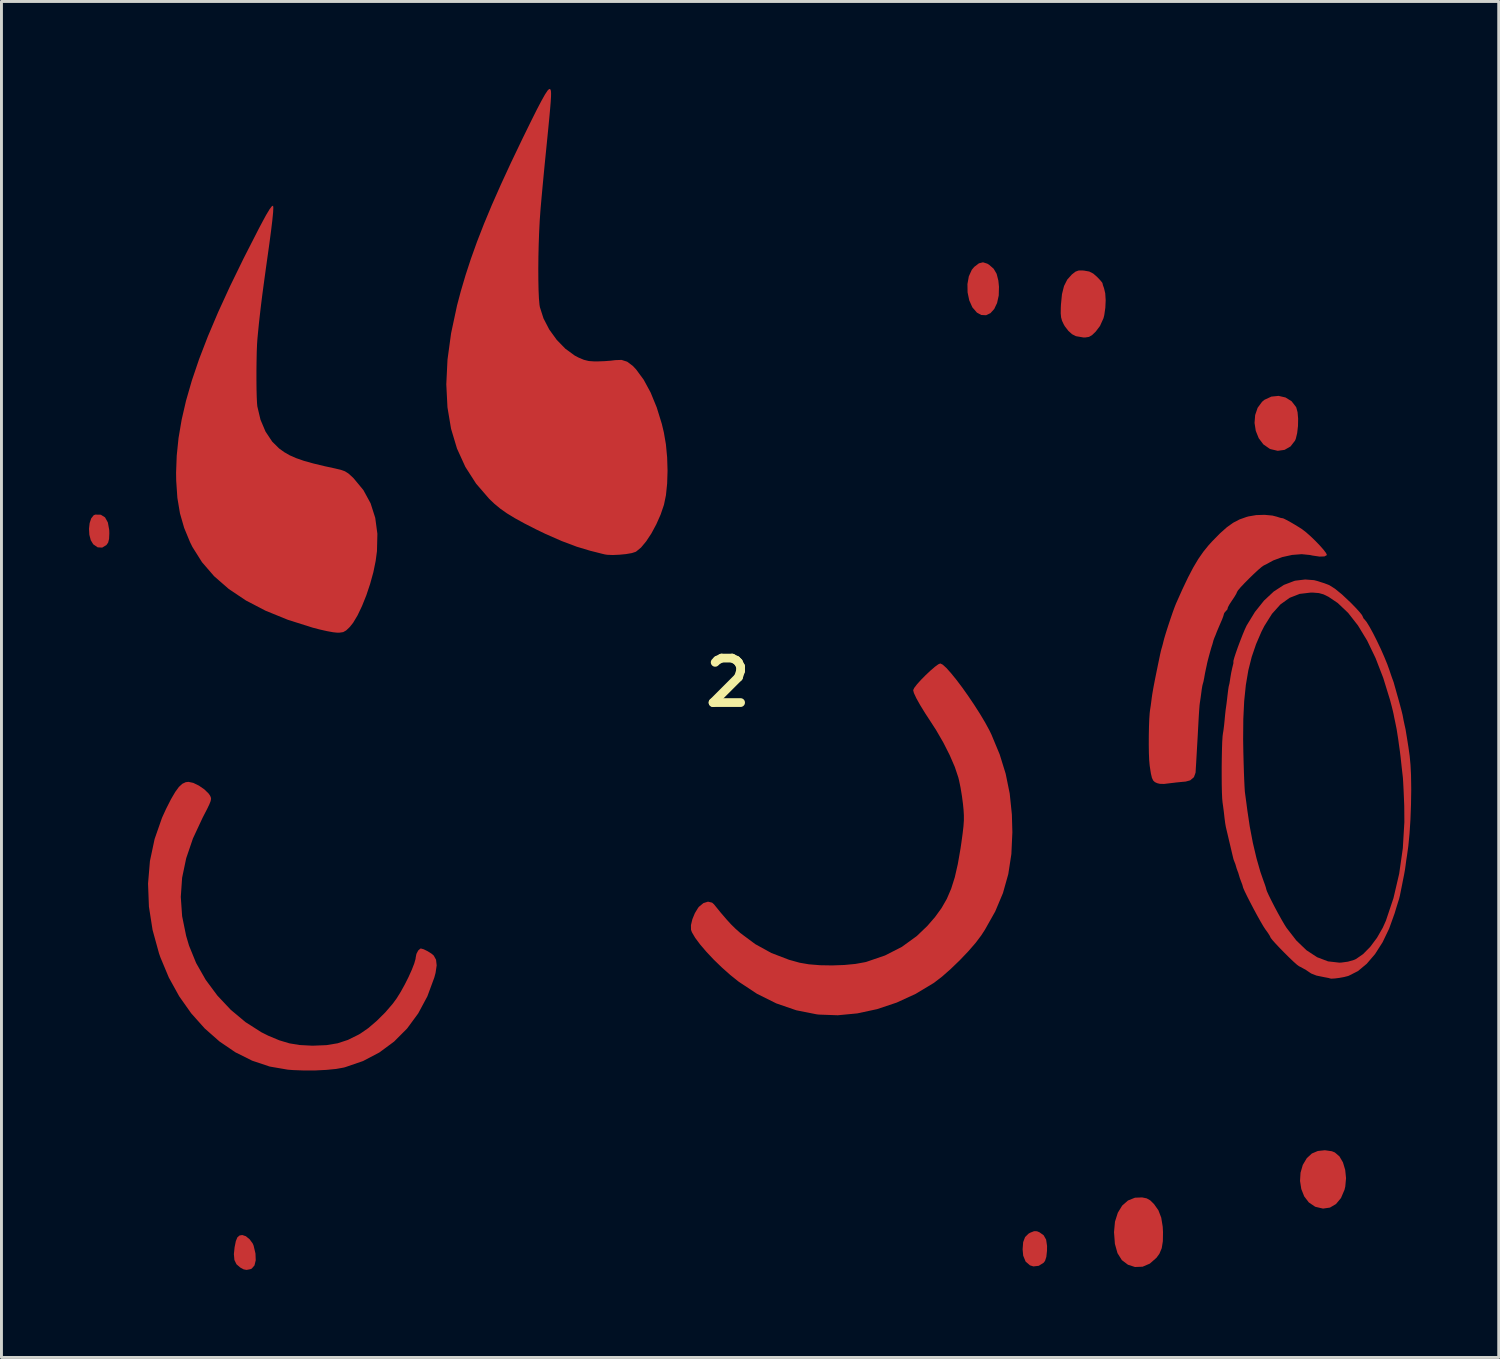
<source format=kicad_pcb>
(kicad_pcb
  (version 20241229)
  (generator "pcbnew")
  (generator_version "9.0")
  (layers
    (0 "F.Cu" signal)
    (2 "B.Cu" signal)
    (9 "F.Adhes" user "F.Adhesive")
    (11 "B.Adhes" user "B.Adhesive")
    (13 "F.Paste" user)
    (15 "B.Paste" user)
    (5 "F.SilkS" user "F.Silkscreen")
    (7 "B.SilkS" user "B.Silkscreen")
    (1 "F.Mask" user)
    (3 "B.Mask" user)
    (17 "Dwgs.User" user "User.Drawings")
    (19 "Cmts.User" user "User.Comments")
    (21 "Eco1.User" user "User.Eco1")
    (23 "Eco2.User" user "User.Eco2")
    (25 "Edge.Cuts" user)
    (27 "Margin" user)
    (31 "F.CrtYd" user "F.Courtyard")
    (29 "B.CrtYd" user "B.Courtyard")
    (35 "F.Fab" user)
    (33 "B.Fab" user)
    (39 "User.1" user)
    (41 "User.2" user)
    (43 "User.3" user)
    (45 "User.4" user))
  (footprint "2"
    (layer "F.Cu")
    (at 21.897 20.34)
    (property "Reference" "2" (at 0 0 0) (layer "F.SilkS") (effects (font (size 1.524 1.524) (thickness 0.3))))
    (attr board_only exclude_from_pos_files exclude_from_bom)
    (fp_poly (pts (xy -21.492 -5.749) (xy -21.347 -5.658) (xy -21.25 -5.483) (xy -21.204 -5.229) (xy -21.2 -5.113) (xy -21.209 -4.92) (xy -21.24 -4.795) (xy -21.3 -4.709) (xy -21.445 -4.622) (xy -21.6 -4.631) (xy -21.751 -4.735) (xy -21.752 -4.736) (xy -21.837 -4.878) (xy -21.885 -5.063) (xy -21.897 -5.266) (xy -21.875 -5.461) (xy -21.821 -5.624) (xy -21.737 -5.73) (xy -21.682 -5.753)) (stroke (width 0) (type solid)) (fill yes) (layer "F.Cu"))
    (fp_poly (pts (xy -16.52 18.979) (xy -16.391 19.085) (xy -16.287 19.227) (xy -16.255 19.301) (xy -16.191 19.571) (xy -16.182 19.802) (xy -16.225 19.98) (xy -16.319 20.089) (xy -16.369 20.11) (xy -16.496 20.134) (xy -16.595 20.116) (xy -16.711 20.053) (xy -16.842 19.941) (xy -16.913 19.794) (xy -16.931 19.592) (xy -16.907 19.359) (xy -16.864 19.146) (xy -16.811 19.017) (xy -16.735 18.953) (xy -16.644 18.938)) (stroke (width 0) (type solid)) (fill yes) (layer "F.Cu"))
    (fp_poly (pts (xy 10.593 18.809) (xy 10.679 18.844) (xy 10.822 18.946) (xy 10.907 19.097) (xy 10.939 19.313) (xy 10.937 19.477) (xy 10.914 19.688) (xy 10.87 19.824) (xy 10.823 19.887) (xy 10.655 19.993) (xy 10.471 20.014) (xy 10.351 19.976) (xy 10.204 19.848) (xy 10.121 19.646) (xy 10.101 19.429) (xy 10.12 19.181) (xy 10.186 19.007) (xy 10.307 18.889) (xy 10.367 18.856) (xy 10.495 18.806)) (stroke (width 0) (type solid)) (fill yes) (layer "F.Cu"))
    (fp_poly (pts (xy 8.892 -14.353) (xy 8.954 -14.315) (xy 9.109 -14.179) (xy 9.211 -14.005) (xy 9.27 -13.772) (xy 9.291 -13.562) (xy 9.283 -13.263) (xy 9.226 -13.006) (xy 9.129 -12.801) (xy 9 -12.658) (xy 8.849 -12.586) (xy 8.682 -12.595) (xy 8.535 -12.676) (xy 8.379 -12.856) (xy 8.272 -13.096) (xy 8.215 -13.37) (xy 8.21 -13.653) (xy 8.258 -13.92) (xy 8.36 -14.144) (xy 8.443 -14.243) (xy 8.603 -14.365) (xy 8.744 -14.4)) (stroke (width 0) (type solid)) (fill yes) (layer "F.Cu"))
    (fp_poly (pts (xy 20.698 16.066) (xy 20.802 16.108) (xy 20.959 16.242) (xy 21.08 16.448) (xy 21.157 16.705) (xy 21.186 16.988) (xy 21.16 17.276) (xy 21.133 17.389) (xy 21.012 17.671) (xy 20.842 17.876) (xy 20.634 17.998) (xy 20.396 18.032) (xy 20.14 17.972) (xy 20.123 17.965) (xy 19.91 17.821) (xy 19.752 17.614) (xy 19.652 17.361) (xy 19.609 17.084) (xy 19.626 16.803) (xy 19.703 16.536) (xy 19.841 16.304) (xy 20.015 16.144) (xy 20.218 16.058) (xy 20.46 16.032)) (stroke (width 0) (type solid)) (fill yes) (layer "F.Cu"))
    (fp_poly (pts (xy 19.112 -9.767) (xy 19.319 -9.639) (xy 19.471 -9.443) (xy 19.481 -9.424) (xy 19.525 -9.261) (xy 19.544 -9.038) (xy 19.539 -8.788) (xy 19.511 -8.546) (xy 19.463 -8.348) (xy 19.436 -8.286) (xy 19.283 -8.089) (xy 19.079 -7.972) (xy 18.844 -7.939) (xy 18.594 -7.998) (xy 18.566 -8.011) (xy 18.351 -8.161) (xy 18.193 -8.372) (xy 18.092 -8.624) (xy 18.05 -8.895) (xy 18.071 -9.165) (xy 18.156 -9.414) (xy 18.308 -9.62) (xy 18.392 -9.689) (xy 18.626 -9.797) (xy 18.874 -9.822)) (stroke (width 0) (type solid)) (fill yes) (layer "F.Cu"))
    (fp_poly (pts (xy 14.353 17.681) (xy 14.475 17.75) (xy 14.606 17.879) (xy 14.756 18.092) (xy 14.852 18.342) (xy 14.903 18.652) (xy 14.913 18.837) (xy 14.908 19.15) (xy 14.869 19.39) (xy 14.789 19.581) (xy 14.69 19.717) (xy 14.461 19.918) (xy 14.213 20.024) (xy 13.953 20.034) (xy 13.711 19.956) (xy 13.502 19.798) (xy 13.353 19.56) (xy 13.264 19.241) (xy 13.234 18.842) (xy 13.234 18.837) (xy 13.267 18.48) (xy 13.364 18.174) (xy 13.514 17.929) (xy 13.712 17.755) (xy 13.951 17.659) (xy 14.196 17.649)) (stroke (width 0) (type solid)) (fill yes) (layer "F.Cu"))
    (fp_poly (pts (xy 12.211 -14.115) (xy 12.385 -14.084) (xy 12.522 -14.014) (xy 12.651 -13.902) (xy 12.757 -13.791) (xy 12.825 -13.709) (xy 12.839 -13.682) (xy 12.853 -13.619) (xy 12.892 -13.511) (xy 12.933 -13.336) (xy 12.948 -13.1) (xy 12.936 -12.84) (xy 12.9 -12.59) (xy 12.873 -12.484) (xy 12.753 -12.218) (xy 12.606 -12.024) (xy 12.481 -11.904) (xy 12.377 -11.844) (xy 12.252 -11.824) (xy 12.19 -11.823) (xy 11.929 -11.868) (xy 11.795 -11.936) (xy 11.667 -12.052) (xy 11.546 -12.21) (xy 11.509 -12.275) (xy 11.452 -12.396) (xy 11.42 -12.512) (xy 11.407 -12.651) (xy 11.41 -12.846) (xy 11.415 -12.95) (xy 11.45 -13.308) (xy 11.52 -13.587) (xy 11.631 -13.807) (xy 11.788 -13.982) (xy 11.91 -14.078) (xy 12.017 -14.119) (xy 12.158 -14.12)) (stroke (width 0) (type solid)) (fill yes) (layer "F.Cu"))
    (fp_poly (pts (xy -15.579 -16.273) (xy -15.587 -16.107) (xy -15.613 -15.843) (xy -15.657 -15.48) (xy -15.718 -15.019) (xy -15.767 -14.67) (xy -15.843 -14.128) (xy -15.906 -13.667) (xy -15.959 -13.271) (xy -16.003 -12.922) (xy -16.04 -12.601) (xy -16.074 -12.293) (xy -16.105 -11.98) (xy -16.125 -11.769) (xy -16.138 -11.576) (xy -16.148 -11.317) (xy -16.154 -11.014) (xy -16.158 -10.689) (xy -16.158 -10.361) (xy -16.155 -10.053) (xy -16.148 -9.785) (xy -16.138 -9.578) (xy -16.128 -9.465) (xy -16.019 -9.005) (xy -15.846 -8.597) (xy -15.616 -8.252) (xy -15.381 -8.02) (xy -15.208 -7.895) (xy -15.019 -7.786) (xy -14.799 -7.689) (xy -14.535 -7.597) (xy -14.21 -7.506) (xy -13.811 -7.41) (xy -13.479 -7.338) (xy -13.271 -7.289) (xy -13.126 -7.238) (xy -13.008 -7.164) (xy -12.881 -7.05) (xy -12.826 -6.996) (xy -12.493 -6.594) (xy -12.246 -6.141) (xy -12.086 -5.641) (xy -12.013 -5.094) (xy -12.027 -4.503) (xy -12.072 -4.164) (xy -12.151 -3.778) (xy -12.261 -3.38) (xy -12.392 -2.987) (xy -12.539 -2.621) (xy -12.692 -2.3) (xy -12.845 -2.044) (xy -12.96 -1.9) (xy -13.083 -1.783) (xy -13.186 -1.725) (xy -13.312 -1.707) (xy -13.387 -1.706) (xy -13.53 -1.721) (xy -13.739 -1.759) (xy -13.987 -1.815) (xy -14.226 -1.877) (xy -15.082 -2.148) (xy -15.846 -2.459) (xy -16.521 -2.811) (xy -17.108 -3.205) (xy -17.608 -3.641) (xy -18.023 -4.121) (xy -18.353 -4.645) (xy -18.432 -4.805) (xy -18.635 -5.296) (xy -18.779 -5.796) (xy -18.868 -6.327) (xy -18.908 -6.915) (xy -18.912 -7.189) (xy -18.89 -7.774) (xy -18.828 -8.377) (xy -18.722 -9.002) (xy -18.571 -9.657) (xy -18.372 -10.347) (xy -18.124 -11.079) (xy -17.824 -11.858) (xy -17.471 -12.69) (xy -17.062 -13.582) (xy -16.595 -14.54) (xy -16.069 -15.569) (xy -15.988 -15.722) (xy -15.83 -16.015) (xy -15.71 -16.215) (xy -15.629 -16.323) (xy -15.588 -16.34)) (stroke (width 0) (type solid)) (fill yes) (layer "F.Cu"))
    (fp_poly (pts (xy -18.322 3.442) (xy -18.131 3.535) (xy -17.945 3.663) (xy -17.798 3.806) (xy -17.75 3.875) (xy -17.723 3.931) (xy -17.713 3.989) (xy -17.728 4.065) (xy -17.771 4.175) (xy -17.848 4.336) (xy -17.966 4.564) (xy -18.008 4.647) (xy -18.335 5.348) (xy -18.566 6.027) (xy -18.705 6.692) (xy -18.751 7.35) (xy -18.705 8.011) (xy -18.568 8.682) (xy -18.469 9.018) (xy -18.225 9.616) (xy -17.897 10.192) (xy -17.498 10.73) (xy -17.039 11.218) (xy -16.533 11.641) (xy -15.993 11.986) (xy -15.75 12.108) (xy -15.373 12.265) (xy -15.031 12.368) (xy -14.681 12.426) (xy -14.284 12.447) (xy -14.2 12.448) (xy -13.758 12.43) (xy -13.377 12.367) (xy -13.023 12.251) (xy -12.663 12.073) (xy -12.602 12.038) (xy -12.328 11.849) (xy -12.034 11.598) (xy -11.745 11.311) (xy -11.489 11.014) (xy -11.352 10.827) (xy -11.214 10.605) (xy -11.075 10.354) (xy -10.944 10.094) (xy -10.833 9.847) (xy -10.75 9.634) (xy -10.705 9.476) (xy -10.7 9.429) (xy -10.675 9.303) (xy -10.615 9.188) (xy -10.541 9.122) (xy -10.52 9.118) (xy -10.424 9.145) (xy -10.291 9.211) (xy -10.161 9.292) (xy -10.082 9.359) (xy -10.002 9.504) (xy -9.981 9.698) (xy -10.019 9.954) (xy -10.062 10.114) (xy -10.3 10.758) (xy -10.613 11.341) (xy -10.994 11.86) (xy -11.44 12.308) (xy -11.946 12.682) (xy -12.506 12.976) (xy -13.115 13.185) (xy -13.172 13.2) (xy -13.429 13.246) (xy -13.757 13.278) (xy -14.13 13.297) (xy -14.52 13.299) (xy -14.899 13.285) (xy -15.082 13.271) (xy -15.703 13.164) (xy -16.304 12.963) (xy -16.88 12.675) (xy -17.425 12.304) (xy -17.932 11.857) (xy -18.394 11.339) (xy -18.805 10.757) (xy -19.16 10.115) (xy -19.45 9.421) (xy -19.497 9.286) (xy -19.718 8.482) (xy -19.843 7.683) (xy -19.873 6.893) (xy -19.808 6.119) (xy -19.648 5.365) (xy -19.394 4.637) (xy -19.254 4.331) (xy -19.086 4) (xy -18.942 3.754) (xy -18.816 3.581) (xy -18.699 3.473) (xy -18.582 3.418) (xy -18.485 3.407)) (stroke (width 0) (type solid)) (fill yes) (layer "F.Cu"))
    (fp_poly (pts (xy -6.095 -20.335) (xy -6.077 -20.315) (xy -6.065 -20.271) (xy -6.06 -20.194) (xy -6.062 -20.075) (xy -6.072 -19.905) (xy -6.091 -19.676) (xy -6.118 -19.379) (xy -6.154 -19.004) (xy -6.2 -18.543) (xy -6.228 -18.261) (xy -6.269 -17.856) (xy -6.311 -17.422) (xy -6.352 -16.988) (xy -6.389 -16.586) (xy -6.419 -16.247) (xy -6.424 -16.182) (xy -6.449 -15.829) (xy -6.469 -15.437) (xy -6.484 -15.021) (xy -6.494 -14.598) (xy -6.498 -14.183) (xy -6.496 -13.795) (xy -6.489 -13.448) (xy -6.476 -13.159) (xy -6.457 -12.945) (xy -6.444 -12.865) (xy -6.32 -12.478) (xy -6.122 -12.096) (xy -5.866 -11.742) (xy -5.569 -11.437) (xy -5.247 -11.202) (xy -5.119 -11.135) (xy -4.935 -11.058) (xy -4.77 -11.017) (xy -4.577 -11.003) (xy -4.45 -11.004) (xy -4.23 -11.012) (xy -4.017 -11.028) (xy -3.861 -11.047) (xy -3.643 -11.055) (xy -3.451 -10.993) (xy -3.262 -10.852) (xy -3.147 -10.731) (xy -2.886 -10.376) (xy -2.648 -9.937) (xy -2.439 -9.427) (xy -2.264 -8.86) (xy -2.194 -8.567) (xy -2.124 -8.16) (xy -2.082 -7.714) (xy -2.068 -7.257) (xy -2.082 -6.815) (xy -2.123 -6.416) (xy -2.191 -6.089) (xy -2.306 -5.752) (xy -2.454 -5.419) (xy -2.622 -5.107) (xy -2.801 -4.836) (xy -2.978 -4.623) (xy -3.144 -4.487) (xy -3.162 -4.477) (xy -3.293 -4.434) (xy -3.49 -4.4) (xy -3.719 -4.378) (xy -3.947 -4.368) (xy -4.139 -4.376) (xy -4.225 -4.39) (xy -4.32 -4.413) (xy -4.48 -4.454) (xy -4.675 -4.503) (xy -4.716 -4.513) (xy -5.178 -4.652) (xy -5.699 -4.848) (xy -6.26 -5.095) (xy -6.575 -5.247) (xy -6.98 -5.454) (xy -7.309 -5.635) (xy -7.579 -5.8) (xy -7.806 -5.961) (xy -8.007 -6.128) (xy -8.179 -6.292) (xy -8.63 -6.814) (xy -8.998 -7.388) (xy -9.284 -8.015) (xy -9.488 -8.695) (xy -9.611 -9.429) (xy -9.651 -10.219) (xy -9.61 -11.064) (xy -9.487 -11.966) (xy -9.282 -12.925) (xy -9.156 -13.401) (xy -8.991 -13.96) (xy -8.806 -14.525) (xy -8.597 -15.108) (xy -8.359 -15.719) (xy -8.089 -16.367) (xy -7.781 -17.063) (xy -7.433 -17.817) (xy -7.039 -18.64) (xy -6.74 -19.25) (xy -6.546 -19.638) (xy -6.389 -19.937) (xy -6.269 -20.151) (xy -6.182 -20.284) (xy -6.128 -20.338) (xy -6.12 -20.34)) (stroke (width 0) (type solid)) (fill yes) (layer "F.Cu"))
    (fp_poly (pts (xy 7.364 -0.61) (xy 7.49 -0.495) (xy 7.649 -0.317) (xy 7.833 -0.09) (xy 8.033 0.175) (xy 8.239 0.466) (xy 8.444 0.77) (xy 8.639 1.075) (xy 8.815 1.37) (xy 8.963 1.642) (xy 9.033 1.787) (xy 9.315 2.465) (xy 9.521 3.13) (xy 9.659 3.808) (xy 9.733 4.524) (xy 9.75 5.132) (xy 9.716 5.879) (xy 9.61 6.568) (xy 9.427 7.219) (xy 9.162 7.849) (xy 8.808 8.477) (xy 8.685 8.667) (xy 8.491 8.925) (xy 8.237 9.217) (xy 7.946 9.522) (xy 7.64 9.817) (xy 7.342 10.08) (xy 7.073 10.287) (xy 7.05 10.303) (xy 6.437 10.672) (xy 5.787 10.971) (xy 5.115 11.196) (xy 4.436 11.342) (xy 3.766 11.406) (xy 3.12 11.383) (xy 3.042 11.374) (xy 2.343 11.235) (xy 1.658 10.999) (xy 0.995 10.669) (xy 0.369 10.255) (xy 0.082 10.025) (xy -0.206 9.769) (xy -0.483 9.501) (xy -0.736 9.232) (xy -0.953 8.978) (xy -1.123 8.75) (xy -1.233 8.562) (xy -1.264 8.476) (xy -1.266 8.317) (xy -1.218 8.116) (xy -1.132 7.907) (xy -1.022 7.726) (xy -0.993 7.689) (xy -0.839 7.562) (xy -0.682 7.513) (xy -0.542 7.546) (xy -0.478 7.602) (xy -0.246 7.888) (xy -0.056 8.11) (xy 0.106 8.288) (xy 0.258 8.438) (xy 0.415 8.577) (xy 0.423 8.585) (xy 0.938 8.968) (xy 1.489 9.272) (xy 2.094 9.504) (xy 2.461 9.606) (xy 2.777 9.66) (xy 3.158 9.691) (xy 3.573 9.698) (xy 3.99 9.683) (xy 4.377 9.646) (xy 4.704 9.586) (xy 4.745 9.576) (xy 5.385 9.357) (xy 5.961 9.063) (xy 6.474 8.691) (xy 6.834 8.346) (xy 7.1 8.039) (xy 7.321 7.735) (xy 7.503 7.418) (xy 7.652 7.071) (xy 7.776 6.679) (xy 7.88 6.225) (xy 7.973 5.692) (xy 8.003 5.488) (xy 8.046 5.172) (xy 8.074 4.929) (xy 8.088 4.731) (xy 8.088 4.552) (xy 8.077 4.364) (xy 8.057 4.163) (xy 8.021 3.889) (xy 7.974 3.605) (xy 7.922 3.353) (xy 7.897 3.254) (xy 7.778 2.898) (xy 7.603 2.493) (xy 7.386 2.064) (xy 7.139 1.637) (xy 6.972 1.378) (xy 6.76 1.053) (xy 6.586 0.769) (xy 6.456 0.536) (xy 6.375 0.362) (xy 6.35 0.264) (xy 6.386 0.187) (xy 6.48 0.064) (xy 6.616 -0.087) (xy 6.776 -0.249) (xy 6.94 -0.404) (xy 7.092 -0.535) (xy 7.213 -0.623) (xy 7.28 -0.651)) (stroke (width 0) (type solid)) (fill yes) (layer "F.Cu"))
    (fp_poly (pts (xy 18.663 -5.72) (xy 18.811 -5.682) (xy 18.929 -5.644) (xy 18.995 -5.63) (xy 19 -5.632) (xy 19.039 -5.622) (xy 19.14 -5.572) (xy 19.281 -5.495) (xy 19.439 -5.403) (xy 19.59 -5.31) (xy 19.679 -5.253) (xy 19.815 -5.148) (xy 19.972 -5.009) (xy 20.135 -4.852) (xy 20.288 -4.693) (xy 20.415 -4.549) (xy 20.501 -4.435) (xy 20.53 -4.369) (xy 20.528 -4.364) (xy 20.444 -4.319) (xy 20.278 -4.314) (xy 20.039 -4.349) (xy 19.951 -4.368) (xy 19.666 -4.397) (xy 19.337 -4.371) (xy 19.001 -4.297) (xy 18.694 -4.183) (xy 18.55 -4.105) (xy 18.442 -4.046) (xy 18.368 -4.011) (xy 18.293 -3.959) (xy 18.172 -3.856) (xy 18.023 -3.718) (xy 17.863 -3.562) (xy 17.708 -3.406) (xy 17.576 -3.266) (xy 17.485 -3.159) (xy 17.45 -3.102) (xy 17.45 -3.101) (xy 17.423 -3.038) (xy 17.354 -2.922) (xy 17.278 -2.81) (xy 17.191 -2.677) (xy 17.138 -2.579) (xy 17.129 -2.542) (xy 17.116 -2.497) (xy 17.076 -2.456) (xy 17.013 -2.382) (xy 17 -2.346) (xy 16.981 -2.275) (xy 16.934 -2.15) (xy 16.907 -2.089) (xy 16.822 -1.892) (xy 16.756 -1.735) (xy 16.725 -1.653) (xy 16.7 -1.591) (xy 16.679 -1.544) (xy 16.639 -1.435) (xy 16.629 -1.394) (xy 16.599 -1.286) (xy 16.587 -1.252) (xy 16.562 -1.171) (xy 16.523 -1.033) (xy 16.48 -0.877) (xy 16.444 -0.738) (xy 16.424 -0.655) (xy 16.423 -0.651) (xy 16.411 -0.589) (xy 16.386 -0.476) (xy 16.352 -0.314) (xy 16.324 -0.155) (xy 16.3 -0.031) (xy 16.279 0.043) (xy 16.278 0.046) (xy 16.262 0.108) (xy 16.24 0.237) (xy 16.226 0.346) (xy 16.203 0.515) (xy 16.183 0.652) (xy 16.175 0.702) (xy 16.165 0.786) (xy 16.153 0.945) (xy 16.139 1.154) (xy 16.129 1.333) (xy 16.115 1.593) (xy 16.099 1.889) (xy 16.081 2.197) (xy 16.064 2.496) (xy 16.049 2.761) (xy 16.036 2.969) (xy 16.029 3.09) (xy 15.973 3.246) (xy 15.844 3.355) (xy 15.689 3.397) (xy 15.532 3.411) (xy 15.345 3.43) (xy 15.3 3.436) (xy 15.13 3.456) (xy 14.982 3.474) (xy 14.949 3.478) (xy 14.805 3.474) (xy 14.717 3.453) (xy 14.634 3.415) (xy 14.576 3.36) (xy 14.533 3.269) (xy 14.498 3.121) (xy 14.463 2.898) (xy 14.454 2.831) (xy 14.439 2.661) (xy 14.429 2.419) (xy 14.425 2.131) (xy 14.426 1.824) (xy 14.432 1.522) (xy 14.442 1.253) (xy 14.457 1.042) (xy 14.468 0.952) (xy 14.493 0.789) (xy 14.518 0.596) (xy 14.525 0.539) (xy 14.546 0.395) (xy 14.583 0.182) (xy 14.631 -0.07) (xy 14.68 -0.313) (xy 14.74 -0.606) (xy 14.784 -0.817) (xy 14.814 -0.962) (xy 14.835 -1.056) (xy 14.85 -1.117) (xy 14.862 -1.159) (xy 14.874 -1.2) (xy 14.875 -1.202) (xy 14.911 -1.334) (xy 14.923 -1.386) (xy 14.954 -1.506) (xy 15.01 -1.694) (xy 15.083 -1.923) (xy 15.164 -2.167) (xy 15.243 -2.398) (xy 15.313 -2.59) (xy 15.359 -2.705) (xy 15.577 -3.193) (xy 15.771 -3.6) (xy 15.949 -3.94) (xy 16.12 -4.228) (xy 16.292 -4.476) (xy 16.473 -4.7) (xy 16.593 -4.832) (xy 16.867 -5.111) (xy 17.103 -5.321) (xy 17.32 -5.475) (xy 17.537 -5.588) (xy 17.774 -5.672) (xy 17.843 -5.691) (xy 18.107 -5.736) (xy 18.395 -5.745)) (stroke (width 0) (type solid)) (fill yes) (layer "F.Cu"))
    (fp_poly (pts (xy 20.091 -3.506) (xy 20.213 -3.474) (xy 20.342 -3.432) (xy 20.428 -3.405) (xy 20.438 -3.402) (xy 20.607 -3.338) (xy 20.807 -3.212) (xy 21.045 -3.018) (xy 21.331 -2.749) (xy 21.363 -2.718) (xy 21.52 -2.556) (xy 21.647 -2.417) (xy 21.728 -2.316) (xy 21.75 -2.275) (xy 21.785 -2.196) (xy 21.822 -2.157) (xy 21.894 -2.068) (xy 21.994 -1.904) (xy 22.114 -1.685) (xy 22.243 -1.429) (xy 22.374 -1.154) (xy 22.495 -0.88) (xy 22.6 -0.624) (xy 22.671 -0.426) (xy 22.724 -0.268) (xy 22.768 -0.142) (xy 22.784 -0.1) (xy 22.819 -0.003) (xy 22.827 0.025) (xy 22.845 0.092) (xy 22.885 0.232) (xy 22.938 0.422) (xy 22.975 0.551) (xy 23.035 0.77) (xy 23.087 0.965) (xy 23.122 1.107) (xy 23.131 1.152) (xy 23.158 1.298) (xy 23.186 1.428) (xy 23.211 1.541) (xy 23.225 1.603) (xy 23.235 1.663) (xy 23.255 1.787) (xy 23.267 1.858) (xy 23.294 2.027) (xy 23.317 2.173) (xy 23.323 2.209) (xy 23.367 2.52) (xy 23.396 2.83) (xy 23.413 3.169) (xy 23.419 3.568) (xy 23.42 3.682) (xy 23.412 4.196) (xy 23.393 4.703) (xy 23.362 5.18) (xy 23.321 5.603) (xy 23.275 5.934) (xy 23.249 6.099) (xy 23.23 6.243) (xy 23.228 6.26) (xy 23.209 6.4) (xy 23.18 6.561) (xy 23.18 6.563) (xy 23.152 6.703) (xy 23.131 6.808) (xy 23.13 6.813) (xy 23.111 6.912) (xy 23.083 7.051) (xy 23.08 7.064) (xy 23.052 7.204) (xy 23.031 7.309) (xy 23.03 7.314) (xy 23 7.433) (xy 22.989 7.465) (xy 22.963 7.547) (xy 22.917 7.695) (xy 22.861 7.881) (xy 22.85 7.916) (xy 22.663 8.437) (xy 22.438 8.905) (xy 22.18 9.309) (xy 21.896 9.641) (xy 21.594 9.892) (xy 21.279 10.052) (xy 21.25 10.062) (xy 21.118 10.096) (xy 20.959 10.125) (xy 20.803 10.145) (xy 20.686 10.152) (xy 20.64 10.145) (xy 20.586 10.128) (xy 20.472 10.107) (xy 20.45 10.103) (xy 20.172 10.046) (xy 19.992 9.975) (xy 19.957 9.952) (xy 19.814 9.855) (xy 19.63 9.753) (xy 19.575 9.726) (xy 19.505 9.675) (xy 19.387 9.57) (xy 19.239 9.429) (xy 19.076 9.267) (xy 18.914 9.102) (xy 18.771 8.95) (xy 18.661 8.827) (xy 18.602 8.75) (xy 18.597 8.737) (xy 18.567 8.675) (xy 18.494 8.562) (xy 18.424 8.467) (xy 18.356 8.363) (xy 18.261 8.201) (xy 18.147 7.998) (xy 18.026 7.774) (xy 17.907 7.547) (xy 17.8 7.337) (xy 17.715 7.163) (xy 17.662 7.043) (xy 17.65 7.001) (xy 17.633 6.937) (xy 17.592 6.829) (xy 17.546 6.706) (xy 17.521 6.622) (xy 17.49 6.518) (xy 17.471 6.471) (xy 17.432 6.362) (xy 17.421 6.321) (xy 17.39 6.217) (xy 17.371 6.171) (xy 17.333 6.072) (xy 17.323 6.037) (xy 17.307 5.971) (xy 17.274 5.832) (xy 17.23 5.645) (xy 17.18 5.434) (xy 17.131 5.224) (xy 17.087 5.039) (xy 17.068 4.96) (xy 17.045 4.83) (xy 17.023 4.661) (xy 17.017 4.609) (xy 16.996 4.421) (xy 16.967 4.204) (xy 16.953 4.108) (xy 16.941 3.975) (xy 16.932 3.767) (xy 16.926 3.503) (xy 16.924 3.203) (xy 16.924 2.886) (xy 16.928 2.573) (xy 16.934 2.282) (xy 16.942 2.035) (xy 16.948 1.949) (xy 17.659 1.949) (xy 17.666 2.371) (xy 17.675 2.721) (xy 17.685 3.049) (xy 17.696 3.338) (xy 17.707 3.57) (xy 17.717 3.729) (xy 17.723 3.782) (xy 17.743 3.931) (xy 17.771 4.138) (xy 17.8 4.36) (xy 17.803 4.384) (xy 17.887 4.944) (xy 17.993 5.5) (xy 18.117 6.025) (xy 18.251 6.494) (xy 18.354 6.789) (xy 18.408 6.937) (xy 18.443 7.046) (xy 18.45 7.081) (xy 18.473 7.152) (xy 18.536 7.291) (xy 18.627 7.476) (xy 18.737 7.69) (xy 18.855 7.911) (xy 18.972 8.121) (xy 19.076 8.299) (xy 19.147 8.411) (xy 19.48 8.841) (xy 19.829 9.177) (xy 20.193 9.416) (xy 20.569 9.559) (xy 20.956 9.603) (xy 21.026 9.6) (xy 21.252 9.569) (xy 21.459 9.509) (xy 21.526 9.479) (xy 21.771 9.309) (xy 22.016 9.06) (xy 22.246 8.752) (xy 22.446 8.403) (xy 22.552 8.166) (xy 22.812 7.39) (xy 23.007 6.555) (xy 23.132 5.681) (xy 23.185 4.787) (xy 23.181 4.233) (xy 23.169 3.937) (xy 23.157 3.664) (xy 23.145 3.435) (xy 23.135 3.27) (xy 23.128 3.206) (xy 23.11 3.052) (xy 23.088 2.856) (xy 23.077 2.755) (xy 23.056 2.561) (xy 23.034 2.378) (xy 23.024 2.305) (xy 22.998 2.122) (xy 22.975 1.954) (xy 22.921 1.606) (xy 22.87 1.353) (xy 22.837 1.198) (xy 22.819 1.102) (xy 22.795 0.994) (xy 22.753 0.823) (xy 22.7 0.625) (xy 22.694 0.601) (xy 22.461 -0.155) (xy 22.198 -0.835) (xy 21.909 -1.436) (xy 21.594 -1.954) (xy 21.258 -2.384) (xy 20.901 -2.723) (xy 20.586 -2.935) (xy 20.415 -3.019) (xy 20.257 -3.063) (xy 20.064 -3.079) (xy 19.975 -3.08) (xy 19.598 -3.036) (xy 19.253 -2.901) (xy 18.937 -2.674) (xy 18.648 -2.352) (xy 18.386 -1.935) (xy 18.284 -1.735) (xy 18.102 -1.312) (xy 17.953 -0.876) (xy 17.837 -0.415) (xy 17.752 0.086) (xy 17.695 0.638) (xy 17.665 1.254) (xy 17.659 1.949) (xy 16.948 1.949) (xy 16.954 1.85) (xy 16.966 1.753) (xy 16.985 1.638) (xy 17.007 1.463) (xy 17.023 1.303) (xy 17.041 1.111) (xy 17.059 0.944) (xy 17.072 0.852) (xy 17.089 0.733) (xy 17.11 0.559) (xy 17.125 0.428) (xy 17.145 0.264) (xy 17.163 0.145) (xy 17.173 0.102) (xy 17.189 0.04) (xy 17.21 -0.085) (xy 17.219 -0.15) (xy 17.25 -0.333) (xy 17.287 -0.504) (xy 17.296 -0.539) (xy 17.323 -0.647) (xy 17.327 -0.7) (xy 17.325 -0.701) (xy 17.327 -0.744) (xy 17.359 -0.86) (xy 17.414 -1.028) (xy 17.485 -1.229) (xy 17.565 -1.441) (xy 17.645 -1.646) (xy 17.719 -1.823) (xy 17.779 -1.951) (xy 17.783 -1.958) (xy 18.063 -2.416) (xy 18.374 -2.805) (xy 18.708 -3.117) (xy 19.057 -3.344) (xy 19.413 -3.48) (xy 19.45 -3.489) (xy 19.784 -3.529)) (stroke (width 0) (type solid)) (fill yes) (layer "F.Cu")))
  (gr_rect
    (start -3 -3)
    (end 48.316 43.474)
    (stroke (width 0.1) (type default))
    (fill no)
    (layer "Edge.Cuts")))
</source>
